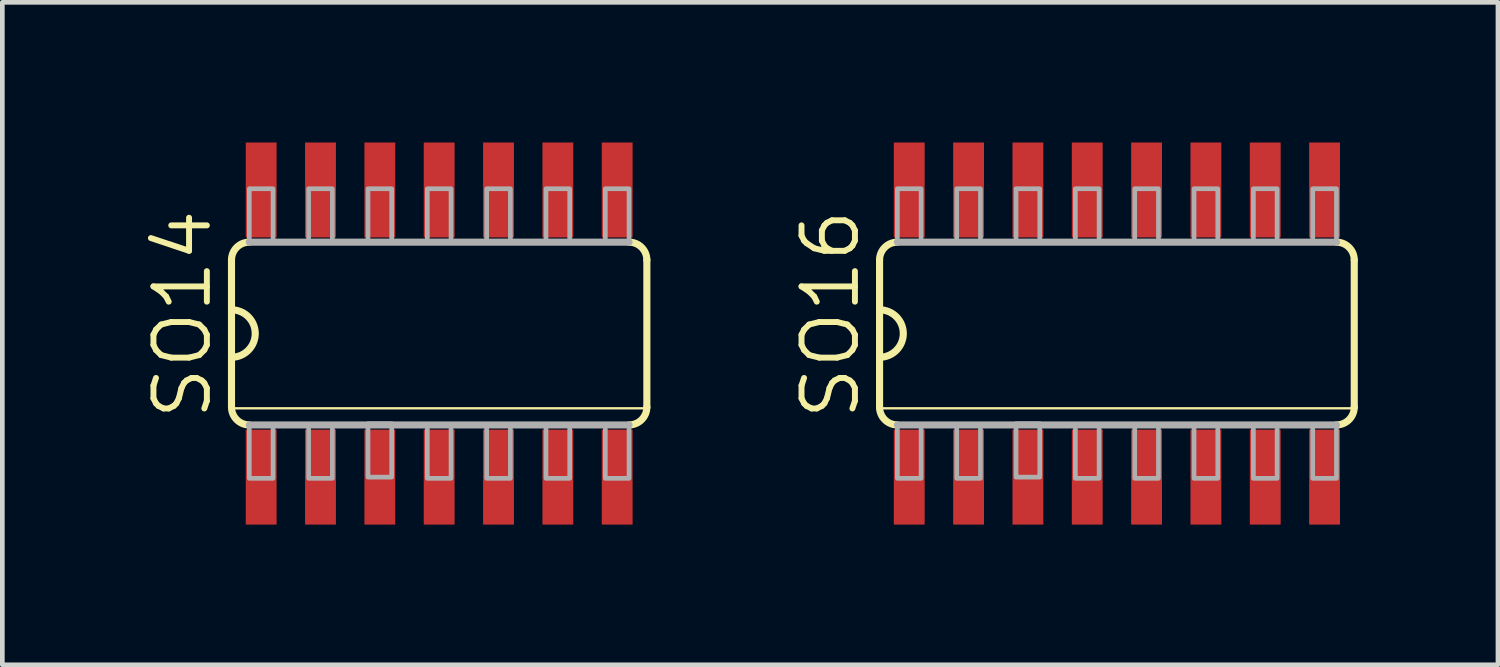
<source format=kicad_pcb>
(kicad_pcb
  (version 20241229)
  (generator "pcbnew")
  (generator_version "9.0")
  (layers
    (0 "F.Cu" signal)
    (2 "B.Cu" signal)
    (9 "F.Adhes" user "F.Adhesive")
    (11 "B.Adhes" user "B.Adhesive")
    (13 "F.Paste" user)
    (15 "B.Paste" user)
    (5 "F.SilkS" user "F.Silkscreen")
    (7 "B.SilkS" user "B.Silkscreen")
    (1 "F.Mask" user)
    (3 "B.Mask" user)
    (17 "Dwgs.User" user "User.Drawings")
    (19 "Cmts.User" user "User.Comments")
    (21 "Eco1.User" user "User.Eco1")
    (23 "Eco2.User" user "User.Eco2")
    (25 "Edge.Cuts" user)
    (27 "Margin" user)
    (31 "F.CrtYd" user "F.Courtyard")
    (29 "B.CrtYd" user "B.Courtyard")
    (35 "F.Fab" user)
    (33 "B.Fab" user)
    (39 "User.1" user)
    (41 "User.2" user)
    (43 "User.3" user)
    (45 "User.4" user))
  (footprint "SO16"
    (layer "F.Cu")
    (at 20.856 4.089)
    (property "Reference" "SO16" (at -5.461 1.905 90) (layer "F.SilkS") (effects (font (size 1.143 1.143) (thickness 0.127)) (justify left bottom)))
    (fp_line (start -5.08 -1.575) (end -5.08 1.575) (stroke (width 0.152) (type solid)) (layer "F.SilkS"))
    (fp_line (start -5.08 1.6) (end 5.08 1.6) (stroke (width 0.051) (type solid)) (layer "F.SilkS"))
    (fp_line (start 5.08 1.575) (end 5.08 -1.575) (stroke (width 0.152) (type solid)) (layer "F.SilkS"))
    (fp_arc (start -5.08 -1.5748) (mid -4.968408 -1.844208) (end -4.699 -1.9558) (stroke (width 0.1524) (type solid)) (layer "F.SilkS"))
    (fp_arc (start -5.08 -0.508) (mid -4.572 0) (end -5.08 0.508) (stroke (width 0.1524) (type solid)) (layer "F.SilkS"))
    (fp_arc (start -4.699 1.9558) (mid -4.968408 1.844208) (end -5.08 1.5748) (stroke (width 0.1524) (type solid)) (layer "F.SilkS"))
    (fp_arc (start 4.699 -1.9558) (mid 4.968408 -1.844208) (end 5.08 -1.5748) (stroke (width 0.1524) (type solid)) (layer "F.SilkS"))
    (fp_arc (start 5.08 1.5748) (mid 4.968408 1.844208) (end 4.699 1.9558) (stroke (width 0.1524) (type solid)) (layer "F.SilkS"))
    (fp_line (start -4.699 1.956) (end 4.699 1.956) (stroke (width 0.152) (type solid)) (layer "F.Fab"))
    (fp_line (start 4.699 -1.956) (end -4.699 -1.956) (stroke (width 0.152) (type solid)) (layer "F.Fab"))
    (fp_poly (pts (xy -4.699 -1.956) (xy -4.191 -1.956) (xy -4.191 -3.099) (xy -4.699 -3.099)) (stroke (width 0.1) (type default)) (fill no) (layer "F.Fab"))
    (fp_poly (pts (xy -4.699 3.099) (xy -4.191 3.099) (xy -4.191 1.956) (xy -4.699 1.956)) (stroke (width 0.1) (type default)) (fill no) (layer "F.Fab"))
    (fp_poly (pts (xy -3.429 -1.956) (xy -2.921 -1.956) (xy -2.921 -3.099) (xy -3.429 -3.099)) (stroke (width 0.1) (type default)) (fill no) (layer "F.Fab"))
    (fp_poly (pts (xy -3.429 3.099) (xy -2.921 3.099) (xy -2.921 1.956) (xy -3.429 1.956)) (stroke (width 0.1) (type default)) (fill no) (layer "F.Fab"))
    (fp_poly (pts (xy -2.159 -1.956) (xy -1.651 -1.956) (xy -1.651 -3.099) (xy -2.159 -3.099)) (stroke (width 0.1) (type default)) (fill no) (layer "F.Fab"))
    (fp_poly (pts (xy -2.159 3.073) (xy -1.651 3.073) (xy -1.651 1.93) (xy -2.159 1.93)) (stroke (width 0.1) (type default)) (fill no) (layer "F.Fab"))
    (fp_poly (pts (xy -0.889 -1.956) (xy -0.381 -1.956) (xy -0.381 -3.099) (xy -0.889 -3.099)) (stroke (width 0.1) (type default)) (fill no) (layer "F.Fab"))
    (fp_poly (pts (xy -0.889 3.099) (xy -0.381 3.099) (xy -0.381 1.956) (xy -0.889 1.956)) (stroke (width 0.1) (type default)) (fill no) (layer "F.Fab"))
    (fp_poly (pts (xy 0.381 -1.956) (xy 0.889 -1.956) (xy 0.889 -3.099) (xy 0.381 -3.099)) (stroke (width 0.1) (type default)) (fill no) (layer "F.Fab"))
    (fp_poly (pts (xy 0.381 3.099) (xy 0.889 3.099) (xy 0.889 1.956) (xy 0.381 1.956)) (stroke (width 0.1) (type default)) (fill no) (layer "F.Fab"))
    (fp_poly (pts (xy 1.651 -1.956) (xy 2.159 -1.956) (xy 2.159 -3.099) (xy 1.651 -3.099)) (stroke (width 0.1) (type default)) (fill no) (layer "F.Fab"))
    (fp_poly (pts (xy 1.651 3.099) (xy 2.159 3.099) (xy 2.159 1.956) (xy 1.651 1.956)) (stroke (width 0.1) (type default)) (fill no) (layer "F.Fab"))
    (fp_poly (pts (xy 2.921 -1.956) (xy 3.429 -1.956) (xy 3.429 -3.099) (xy 2.921 -3.099)) (stroke (width 0.1) (type default)) (fill no) (layer "F.Fab"))
    (fp_poly (pts (xy 2.921 3.099) (xy 3.429 3.099) (xy 3.429 1.956) (xy 2.921 1.956)) (stroke (width 0.1) (type default)) (fill no) (layer "F.Fab"))
    (fp_poly (pts (xy 4.191 -1.956) (xy 4.699 -1.956) (xy 4.699 -3.099) (xy 4.191 -3.099)) (stroke (width 0.1) (type default)) (fill no) (layer "F.Fab"))
    (fp_poly (pts (xy 4.191 3.099) (xy 4.699 3.099) (xy 4.699 1.956) (xy 4.191 1.956)) (stroke (width 0.1) (type default)) (fill no) (layer "F.Fab"))
    (pad "1" smd rect (at -4.445 3.073) (size 0.66 2.032) (layers "F.Cu" "F.Mask" "F.Paste"))
    (pad "2" smd rect (at -3.175 3.073) (size 0.66 2.032) (layers "F.Cu" "F.Mask" "F.Paste"))
    (pad "3" smd rect (at -1.905 3.073) (size 0.66 2.032) (layers "F.Cu" "F.Mask" "F.Paste"))
    (pad "4" smd rect (at -0.635 3.073) (size 0.66 2.032) (layers "F.Cu" "F.Mask" "F.Paste"))
    (pad "5" smd rect (at 0.635 3.073) (size 0.66 2.032) (layers "F.Cu" "F.Mask" "F.Paste"))
    (pad "6" smd rect (at 1.905 3.073) (size 0.66 2.032) (layers "F.Cu" "F.Mask" "F.Paste"))
    (pad "7" smd rect (at 3.175 3.073) (size 0.66 2.032) (layers "F.Cu" "F.Mask" "F.Paste"))
    (pad "8" smd rect (at 4.445 3.073) (size 0.66 2.032) (layers "F.Cu" "F.Mask" "F.Paste"))
    (pad "9" smd rect (at 4.445 -3.073) (size 0.66 2.032) (layers "F.Cu" "F.Mask" "F.Paste"))
    (pad "10" smd rect (at 3.175 -3.073) (size 0.66 2.032) (layers "F.Cu" "F.Mask" "F.Paste"))
    (pad "11" smd rect (at 1.905 -3.073) (size 0.66 2.032) (layers "F.Cu" "F.Mask" "F.Paste"))
    (pad "12" smd rect (at 0.635 -3.073) (size 0.66 2.032) (layers "F.Cu" "F.Mask" "F.Paste"))
    (pad "13" smd rect (at -0.635 -3.073) (size 0.66 2.032) (layers "F.Cu" "F.Mask" "F.Paste"))
    (pad "14" smd rect (at -1.905 -3.073) (size 0.66 2.032) (layers "F.Cu" "F.Mask" "F.Paste"))
    (pad "15" smd rect (at -3.175 -3.073) (size 0.66 2.032) (layers "F.Cu" "F.Mask" "F.Paste"))
    (pad "16" smd rect (at -4.445 -3.073) (size 0.66 2.032) (layers "F.Cu" "F.Mask" "F.Paste")))
  (footprint "SO14"
    (layer "F.Cu")
    (at 6.35 4.089)
    (property "Reference" "SO14" (at -4.826 1.905 90) (layer "F.SilkS") (effects (font (size 1.143 1.143) (thickness 0.127)) (justify left bottom)))
    (fp_line (start -4.445 -1.575) (end -4.445 1.575) (stroke (width 0.152) (type solid)) (layer "F.SilkS"))
    (fp_line (start -4.445 1.6) (end 4.445 1.6) (stroke (width 0.051) (type solid)) (layer "F.SilkS"))
    (fp_line (start 4.445 1.575) (end 4.445 -1.575) (stroke (width 0.152) (type solid)) (layer "F.SilkS"))
    (fp_arc (start -4.445 -1.5748) (mid -4.333408 -1.844208) (end -4.064 -1.9558) (stroke (width 0.1524) (type solid)) (layer "F.SilkS"))
    (fp_arc (start -4.445 -0.508) (mid -3.937 0) (end -4.445 0.508) (stroke (width 0.1524) (type solid)) (layer "F.SilkS"))
    (fp_arc (start -4.064 1.9558) (mid -4.333408 1.844208) (end -4.445 1.5748) (stroke (width 0.1524) (type solid)) (layer "F.SilkS"))
    (fp_arc (start 4.064 -1.9558) (mid 4.333408 -1.844208) (end 4.445 -1.5748) (stroke (width 0.1524) (type solid)) (layer "F.SilkS"))
    (fp_arc (start 4.445 1.5748) (mid 4.333408 1.844208) (end 4.064 1.9558) (stroke (width 0.1524) (type solid)) (layer "F.SilkS"))
    (fp_line (start -4.064 1.956) (end 4.064 1.956) (stroke (width 0.152) (type solid)) (layer "F.Fab"))
    (fp_line (start 4.064 -1.956) (end -4.064 -1.956) (stroke (width 0.152) (type solid)) (layer "F.Fab"))
    (fp_poly (pts (xy -4.064 -1.956) (xy -3.556 -1.956) (xy -3.556 -3.099) (xy -4.064 -3.099)) (stroke (width 0.1) (type default)) (fill no) (layer "F.Fab"))
    (fp_poly (pts (xy -4.064 3.099) (xy -3.556 3.099) (xy -3.556 1.956) (xy -4.064 1.956)) (stroke (width 0.1) (type default)) (fill no) (layer "F.Fab"))
    (fp_poly (pts (xy -2.794 -1.956) (xy -2.286 -1.956) (xy -2.286 -3.099) (xy -2.794 -3.099)) (stroke (width 0.1) (type default)) (fill no) (layer "F.Fab"))
    (fp_poly (pts (xy -2.794 3.099) (xy -2.286 3.099) (xy -2.286 1.956) (xy -2.794 1.956)) (stroke (width 0.1) (type default)) (fill no) (layer "F.Fab"))
    (fp_poly (pts (xy -1.524 -1.956) (xy -1.016 -1.956) (xy -1.016 -3.099) (xy -1.524 -3.099)) (stroke (width 0.1) (type default)) (fill no) (layer "F.Fab"))
    (fp_poly (pts (xy -1.524 3.073) (xy -1.016 3.073) (xy -1.016 1.93) (xy -1.524 1.93)) (stroke (width 0.1) (type default)) (fill no) (layer "F.Fab"))
    (fp_poly (pts (xy -0.254 -1.956) (xy 0.254 -1.956) (xy 0.254 -3.099) (xy -0.254 -3.099)) (stroke (width 0.1) (type default)) (fill no) (layer "F.Fab"))
    (fp_poly (pts (xy -0.254 3.099) (xy 0.254 3.099) (xy 0.254 1.956) (xy -0.254 1.956)) (stroke (width 0.1) (type default)) (fill no) (layer "F.Fab"))
    (fp_poly (pts (xy 1.016 -1.956) (xy 1.524 -1.956) (xy 1.524 -3.099) (xy 1.016 -3.099)) (stroke (width 0.1) (type default)) (fill no) (layer "F.Fab"))
    (fp_poly (pts (xy 1.016 3.099) (xy 1.524 3.099) (xy 1.524 1.956) (xy 1.016 1.956)) (stroke (width 0.1) (type default)) (fill no) (layer "F.Fab"))
    (fp_poly (pts (xy 2.286 -1.956) (xy 2.794 -1.956) (xy 2.794 -3.099) (xy 2.286 -3.099)) (stroke (width 0.1) (type default)) (fill no) (layer "F.Fab"))
    (fp_poly (pts (xy 2.286 3.099) (xy 2.794 3.099) (xy 2.794 1.956) (xy 2.286 1.956)) (stroke (width 0.1) (type default)) (fill no) (layer "F.Fab"))
    (fp_poly (pts (xy 3.556 -1.956) (xy 4.064 -1.956) (xy 4.064 -3.099) (xy 3.556 -3.099)) (stroke (width 0.1) (type default)) (fill no) (layer "F.Fab"))
    (fp_poly (pts (xy 3.556 3.099) (xy 4.064 3.099) (xy 4.064 1.956) (xy 3.556 1.956)) (stroke (width 0.1) (type default)) (fill no) (layer "F.Fab"))
    (pad "1" smd rect (at -3.81 3.073) (size 0.66 2.032) (layers "F.Cu" "F.Mask" "F.Paste"))
    (pad "2" smd rect (at -2.54 3.073) (size 0.66 2.032) (layers "F.Cu" "F.Mask" "F.Paste"))
    (pad "3" smd rect (at -1.27 3.073) (size 0.66 2.032) (layers "F.Cu" "F.Mask" "F.Paste"))
    (pad "4" smd rect (at 0 3.073) (size 0.66 2.032) (layers "F.Cu" "F.Mask" "F.Paste"))
    (pad "5" smd rect (at 1.27 3.073) (size 0.66 2.032) (layers "F.Cu" "F.Mask" "F.Paste"))
    (pad "6" smd rect (at 2.54 3.073) (size 0.66 2.032) (layers "F.Cu" "F.Mask" "F.Paste"))
    (pad "7" smd rect (at 3.81 3.073) (size 0.66 2.032) (layers "F.Cu" "F.Mask" "F.Paste"))
    (pad "8" smd rect (at 3.81 -3.073) (size 0.66 2.032) (layers "F.Cu" "F.Mask" "F.Paste"))
    (pad "9" smd rect (at 2.54 -3.073) (size 0.66 2.032) (layers "F.Cu" "F.Mask" "F.Paste"))
    (pad "10" smd rect (at 1.27 -3.073) (size 0.66 2.032) (layers "F.Cu" "F.Mask" "F.Paste"))
    (pad "11" smd rect (at 0 -3.073) (size 0.66 2.032) (layers "F.Cu" "F.Mask" "F.Paste"))
    (pad "12" smd rect (at -1.27 -3.073) (size 0.66 2.032) (layers "F.Cu" "F.Mask" "F.Paste"))
    (pad "13" smd rect (at -2.54 -3.073) (size 0.66 2.032) (layers "F.Cu" "F.Mask" "F.Paste"))
    (pad "14" smd rect (at -3.81 -3.073) (size 0.66 2.032) (layers "F.Cu" "F.Mask" "F.Paste")))
  (gr_rect
    (start -3 -3)
    (end 29.012 11.179)
    (stroke (width 0.1) (type default))
    (fill no)
    (layer "Edge.Cuts")))
</source>
